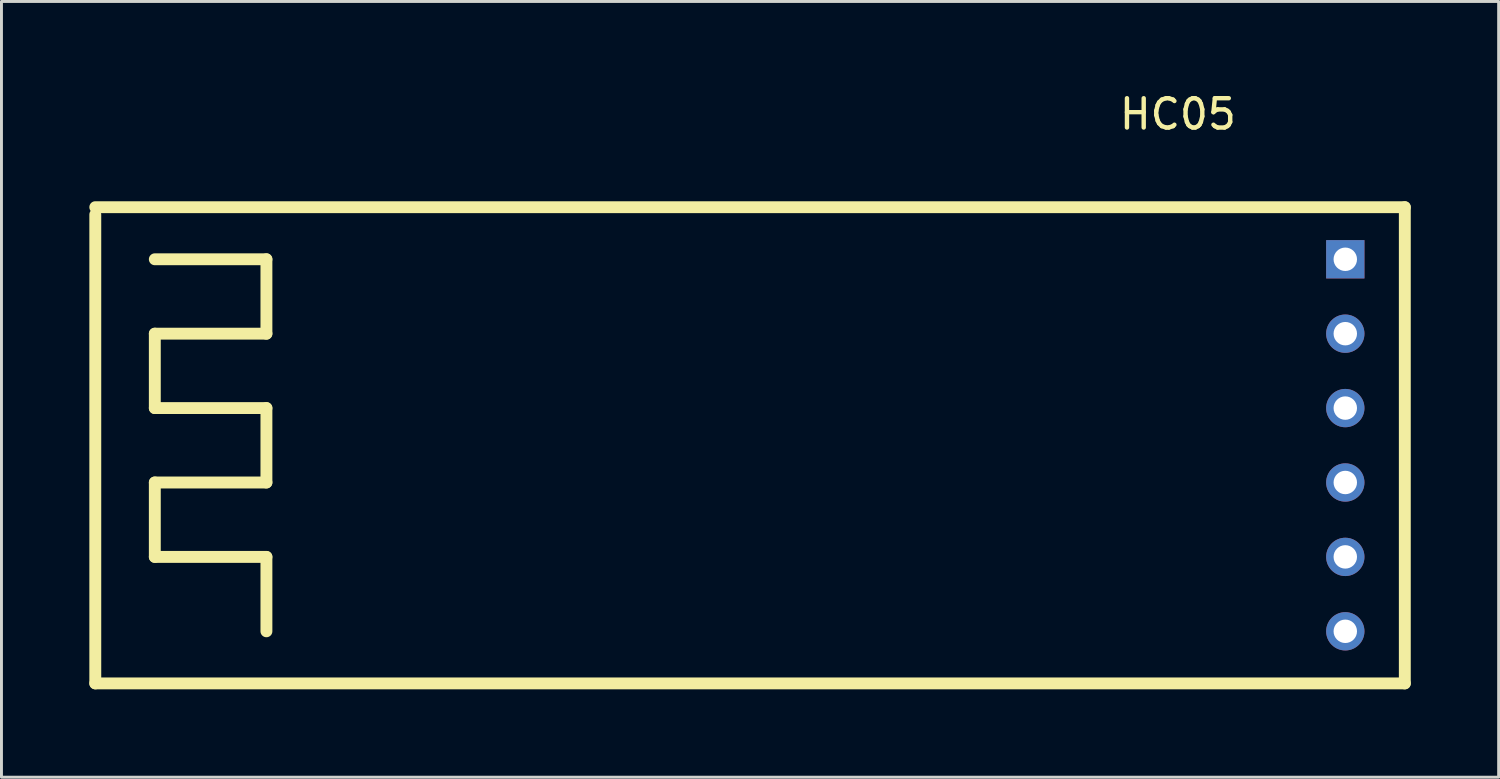
<source format=kicad_pcb>
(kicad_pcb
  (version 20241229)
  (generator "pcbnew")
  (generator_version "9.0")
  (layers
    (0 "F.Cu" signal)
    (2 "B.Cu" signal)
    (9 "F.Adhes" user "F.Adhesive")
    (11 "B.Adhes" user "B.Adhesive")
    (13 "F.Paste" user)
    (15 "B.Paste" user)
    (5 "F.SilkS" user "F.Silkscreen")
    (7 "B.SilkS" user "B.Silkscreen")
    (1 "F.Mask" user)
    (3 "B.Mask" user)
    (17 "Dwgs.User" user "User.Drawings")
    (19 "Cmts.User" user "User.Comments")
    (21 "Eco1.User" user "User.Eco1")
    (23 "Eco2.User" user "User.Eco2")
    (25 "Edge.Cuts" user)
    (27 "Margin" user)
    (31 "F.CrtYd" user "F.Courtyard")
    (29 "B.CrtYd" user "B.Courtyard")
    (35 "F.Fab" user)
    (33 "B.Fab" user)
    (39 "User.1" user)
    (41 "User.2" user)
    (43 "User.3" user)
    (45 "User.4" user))
  (footprint "HC05"
    (layer "F.Cu")
    (at 22.555 12.151)
    (property "Reference" "HC05" (at 14.605 -11.303 0) (layer "F.SilkS") (effects (font (size 1 1) (thickness 0.15))))
    (attr through_hole)
    (fp_line (start -22.352 -8.128) (end 22.352 -8.128) (stroke (width 0.406) (type solid)) (layer "F.SilkS"))
    (fp_line (start -22.352 -7.874) (end -22.352 -8.128) (stroke (width 0.127) (type solid)) (layer "F.SilkS"))
    (fp_line (start -22.352 8.128) (end -22.352 -7.874) (stroke (width 0.406) (type solid)) (layer "F.SilkS"))
    (fp_line (start -20.32 -6.35) (end -16.51 -6.35) (stroke (width 0.406) (type solid)) (layer "F.SilkS"))
    (fp_line (start -20.32 -3.81) (end -20.32 -1.27) (stroke (width 0.406) (type solid)) (layer "F.SilkS"))
    (fp_line (start -20.32 -1.27) (end -16.51 -1.27) (stroke (width 0.406) (type solid)) (layer "F.SilkS"))
    (fp_line (start -20.32 1.27) (end -20.32 3.81) (stroke (width 0.406) (type solid)) (layer "F.SilkS"))
    (fp_line (start -20.32 3.81) (end -16.51 3.81) (stroke (width 0.406) (type solid)) (layer "F.SilkS"))
    (fp_line (start -16.51 -6.35) (end -16.51 -3.81) (stroke (width 0.406) (type solid)) (layer "F.SilkS"))
    (fp_line (start -16.51 -3.81) (end -20.32 -3.81) (stroke (width 0.406) (type solid)) (layer "F.SilkS"))
    (fp_line (start -16.51 -1.27) (end -16.51 1.27) (stroke (width 0.406) (type solid)) (layer "F.SilkS"))
    (fp_line (start -16.51 1.27) (end -20.32 1.27) (stroke (width 0.406) (type solid)) (layer "F.SilkS"))
    (fp_line (start -16.51 3.81) (end -16.51 6.35) (stroke (width 0.406) (type solid)) (layer "F.SilkS"))
    (fp_line (start 22.352 -8.128) (end 22.352 8.128) (stroke (width 0.406) (type solid)) (layer "F.SilkS"))
    (fp_line (start 22.352 8.128) (end -22.352 8.128) (stroke (width 0.406) (type solid)) (layer "F.SilkS"))
    (pad "EN" thru_hole rect (at 20.32 -6.35) (size 1.308 1.308) (drill 0.8) (layers "*.Cu" "*.Mask"))
    (pad "GND" thru_hole circle (at 20.32 -1.27) (size 1.308 1.308) (drill 0.8) (layers "*.Cu" "*.Mask"))
    (pad "RXD" thru_hole circle (at 20.32 3.81) (size 1.308 1.308) (drill 0.8) (layers "*.Cu" "*.Mask"))
    (pad "STATE" thru_hole circle (at 20.32 6.35) (size 1.308 1.308) (drill 0.8) (layers "*.Cu" "*.Mask"))
    (pad "TXD" thru_hole circle (at 20.32 1.27) (size 1.308 1.308) (drill 0.8) (layers "*.Cu" "*.Mask"))
    (pad "VCC" thru_hole circle (at 20.32 -3.81) (size 1.308 1.308) (drill 0.8) (layers "*.Cu" "*.Mask")))
  (gr_rect
    (start -3 -3)
    (end 48.11 23.482)
    (stroke (width 0.1) (type default))
    (fill no)
    (layer "Edge.Cuts")))
</source>
